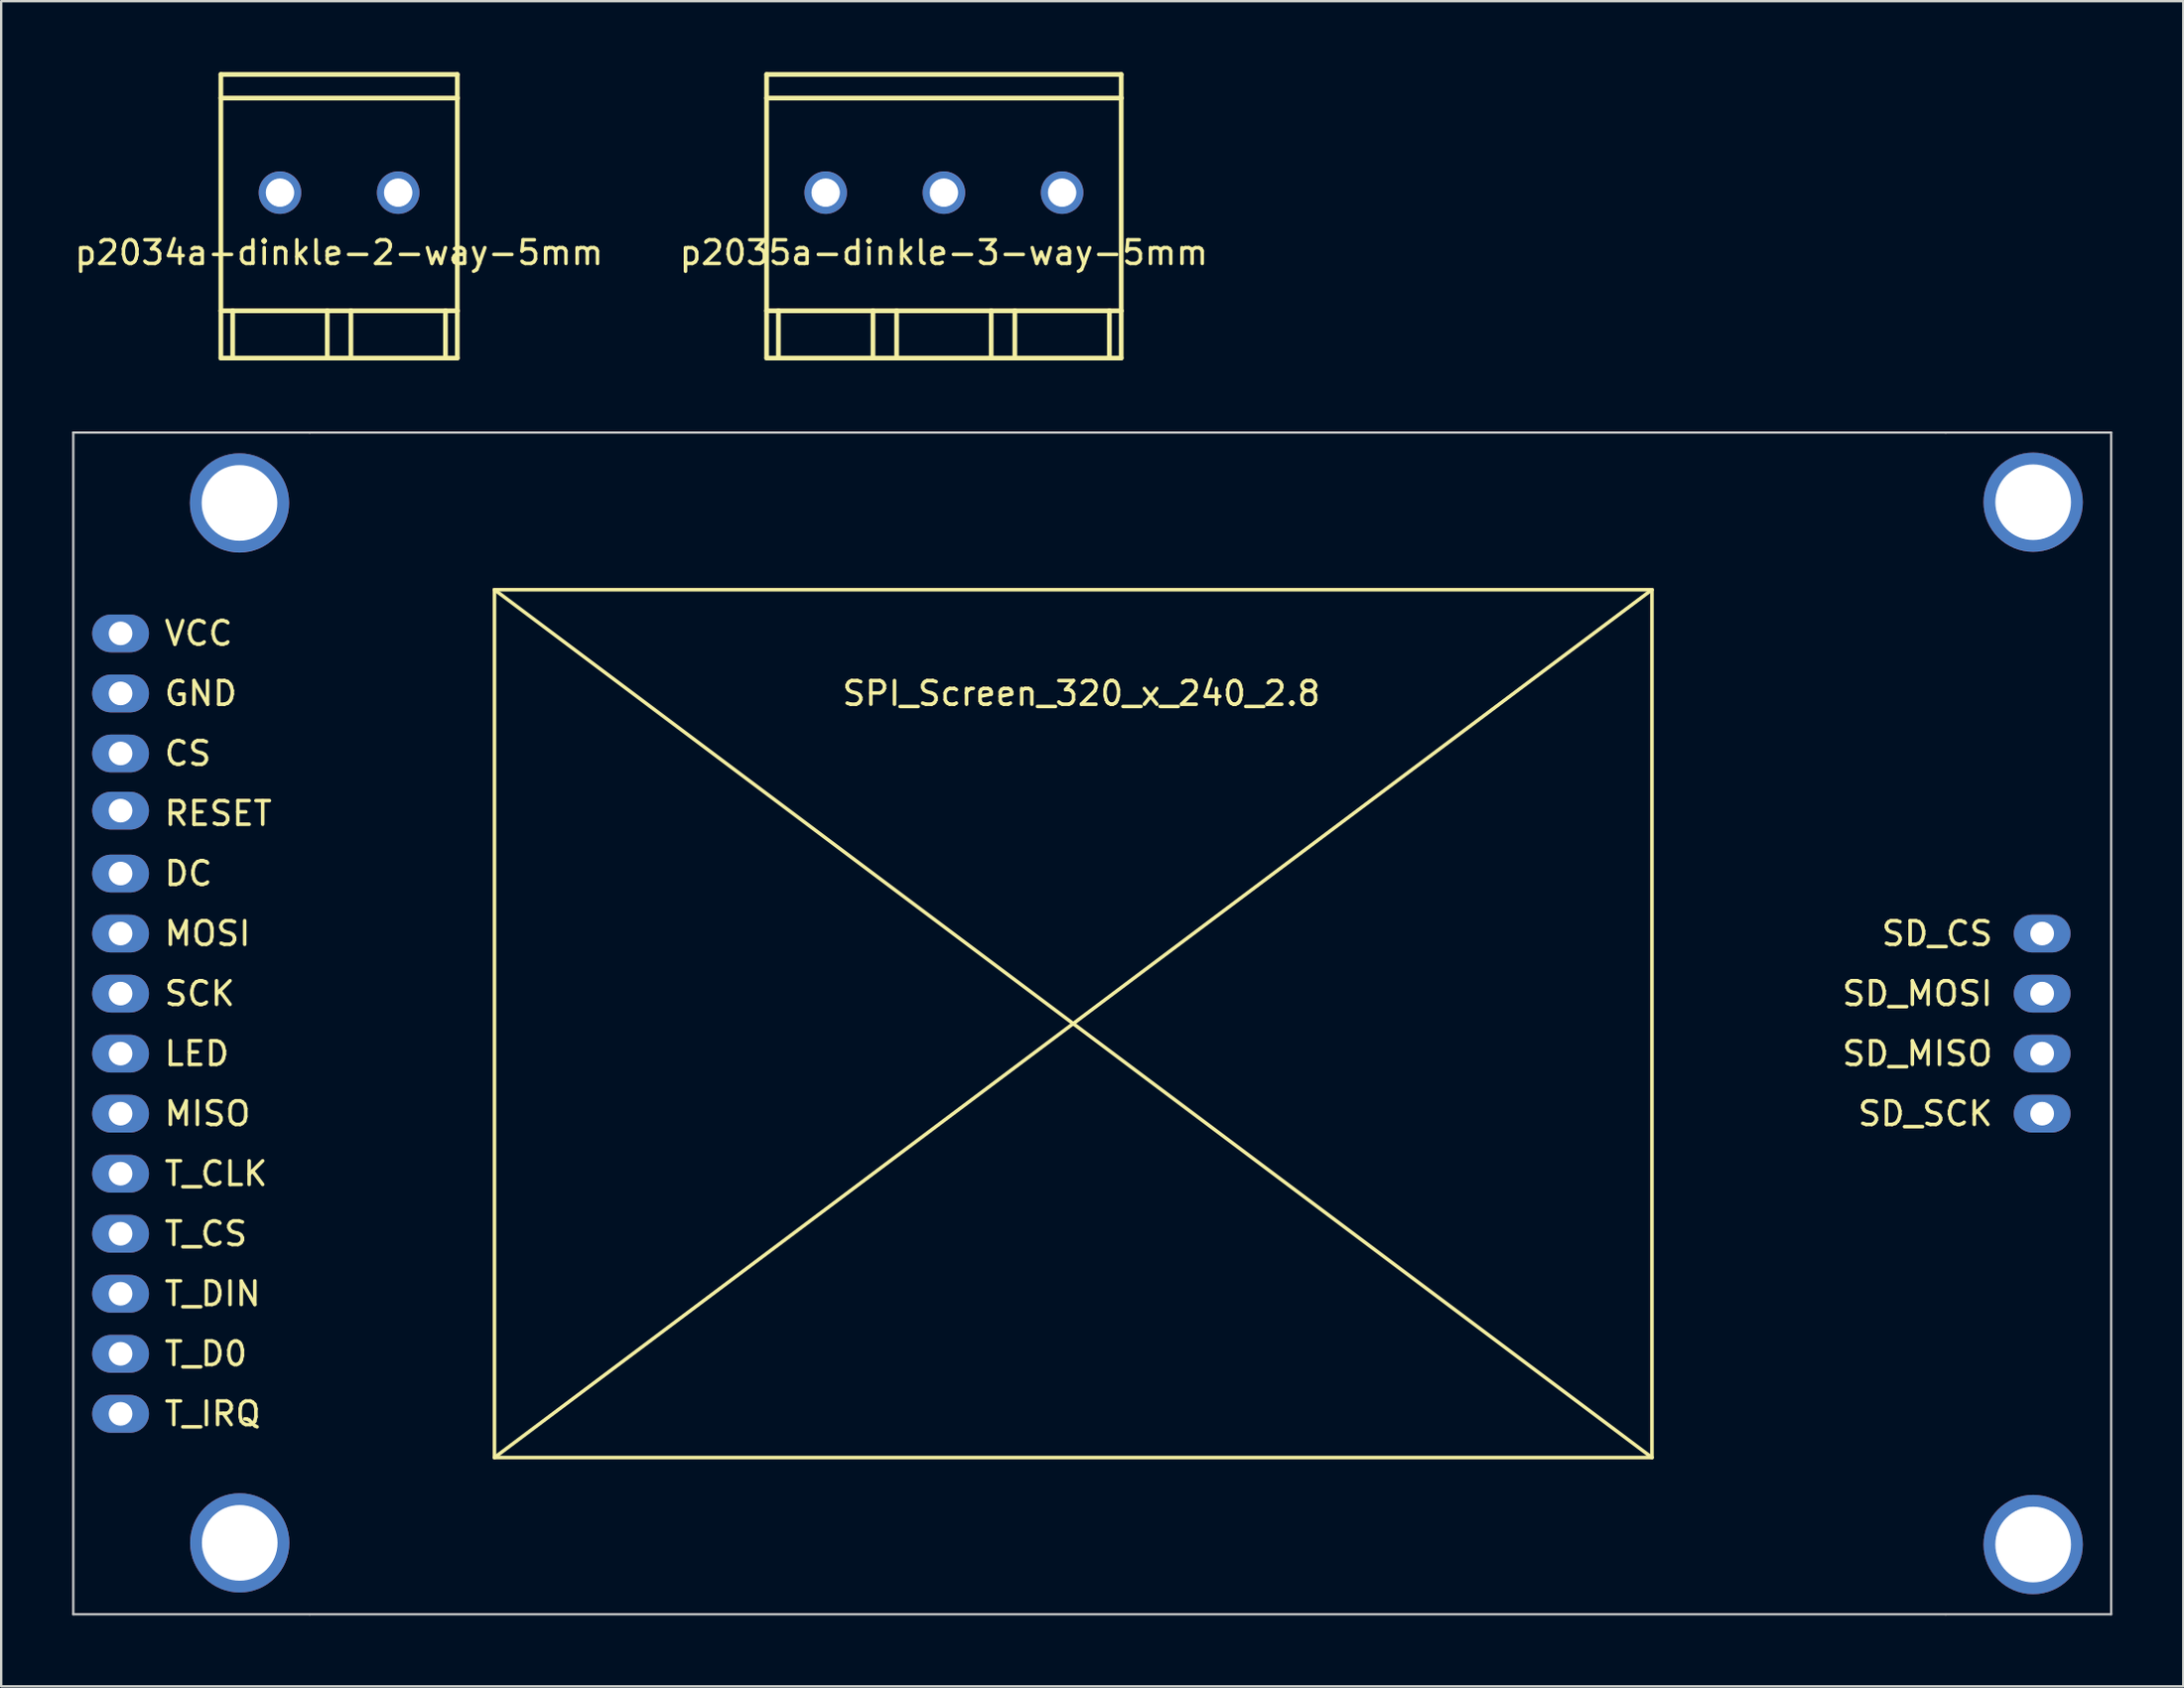
<source format=kicad_pcb>
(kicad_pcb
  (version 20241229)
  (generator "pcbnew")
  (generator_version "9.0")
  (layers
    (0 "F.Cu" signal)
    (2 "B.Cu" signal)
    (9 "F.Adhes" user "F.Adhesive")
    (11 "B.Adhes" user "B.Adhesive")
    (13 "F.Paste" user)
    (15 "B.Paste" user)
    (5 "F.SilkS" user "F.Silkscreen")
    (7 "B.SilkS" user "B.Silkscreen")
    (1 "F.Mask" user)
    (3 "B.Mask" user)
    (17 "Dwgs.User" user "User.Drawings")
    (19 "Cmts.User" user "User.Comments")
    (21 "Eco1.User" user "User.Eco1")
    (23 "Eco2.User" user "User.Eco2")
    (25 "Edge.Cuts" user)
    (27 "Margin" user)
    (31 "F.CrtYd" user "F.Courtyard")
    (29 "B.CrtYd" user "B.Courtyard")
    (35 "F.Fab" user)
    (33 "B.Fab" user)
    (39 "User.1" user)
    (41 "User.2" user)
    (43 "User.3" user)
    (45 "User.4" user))
  (footprint "p2035a-dinkle-3-way-5mm"
    (layer "F.Cu")
    (at 31.875 5.1)
    (property "Reference" "p2035a-dinkle-3-way-5mm" (at 5 2.54 0) (layer "F.SilkS") (effects (font (size 1 1) (thickness 0.15))))
    (attr through_hole)
    (fp_line (start -2.5 -5) (end -2.5 -4) (stroke (width 0.2) (type solid)) (layer "F.SilkS"))
    (fp_line (start -2.5 -4) (end -2.5 5) (stroke (width 0.2) (type solid)) (layer "F.SilkS"))
    (fp_line (start -2.5 -4) (end 12.5 -4) (stroke (width 0.2) (type solid)) (layer "F.SilkS"))
    (fp_line (start -2.5 5) (end -2 5) (stroke (width 0.2) (type solid)) (layer "F.SilkS"))
    (fp_line (start -2.5 7) (end -2.5 5) (stroke (width 0.2) (type solid)) (layer "F.SilkS"))
    (fp_line (start -2 5) (end 2 5) (stroke (width 0.2) (type solid)) (layer "F.SilkS"))
    (fp_line (start -2 7) (end -2.5 7) (stroke (width 0.2) (type solid)) (layer "F.SilkS"))
    (fp_line (start -2 7) (end -2 5) (stroke (width 0.2) (type solid)) (layer "F.SilkS"))
    (fp_line (start 2 5) (end 2 7) (stroke (width 0.2) (type solid)) (layer "F.SilkS"))
    (fp_line (start 2 5) (end 3 5) (stroke (width 0.2) (type solid)) (layer "F.SilkS"))
    (fp_line (start 2 7) (end -2 7) (stroke (width 0.2) (type solid)) (layer "F.SilkS"))
    (fp_line (start 3 5) (end 7 5) (stroke (width 0.2) (type solid)) (layer "F.SilkS"))
    (fp_line (start 3 7) (end 2 7) (stroke (width 0.2) (type solid)) (layer "F.SilkS"))
    (fp_line (start 3 7) (end 3 5) (stroke (width 0.2) (type solid)) (layer "F.SilkS"))
    (fp_line (start 7 5) (end 7 7) (stroke (width 0.2) (type solid)) (layer "F.SilkS"))
    (fp_line (start 7 5) (end 8 5) (stroke (width 0.2) (type solid)) (layer "F.SilkS"))
    (fp_line (start 7 7) (end 3 7) (stroke (width 0.2) (type solid)) (layer "F.SilkS"))
    (fp_line (start 8 5) (end 12 5) (stroke (width 0.2) (type solid)) (layer "F.SilkS"))
    (fp_line (start 8 7) (end 7 7) (stroke (width 0.2) (type solid)) (layer "F.SilkS"))
    (fp_line (start 8 7) (end 8 5) (stroke (width 0.2) (type solid)) (layer "F.SilkS"))
    (fp_line (start 12 5) (end 12 7) (stroke (width 0.2) (type solid)) (layer "F.SilkS"))
    (fp_line (start 12 5) (end 12.5 5) (stroke (width 0.2) (type solid)) (layer "F.SilkS"))
    (fp_line (start 12 7) (end 8 7) (stroke (width 0.2) (type solid)) (layer "F.SilkS"))
    (fp_line (start 12.5 -5) (end -2.5 -5) (stroke (width 0.2) (type solid)) (layer "F.SilkS"))
    (fp_line (start 12.5 -4) (end 12.5 -5) (stroke (width 0.2) (type solid)) (layer "F.SilkS"))
    (fp_line (start 12.5 5) (end 12.5 -4) (stroke (width 0.2) (type solid)) (layer "F.SilkS"))
    (fp_line (start 12.5 5) (end 12.5 7) (stroke (width 0.2) (type solid)) (layer "F.SilkS"))
    (fp_line (start 12.5 7) (end 12 7) (stroke (width 0.2) (type solid)) (layer "F.SilkS"))
    (pad "1" thru_hole circle (at 0 0) (size 1.8 1.8) (drill 1.2) (layers "*.Cu" "*.Mask"))
    (pad "2" thru_hole circle (at 5 0) (size 1.8 1.8) (drill 1.2) (layers "*.Cu" "*.Mask"))
    (pad "3" thru_hole circle (at 10 0) (size 1.8 1.8) (drill 1.2) (layers "*.Cu" "*.Mask")))
  (footprint "p2034a-dinkle-2-way-5mm"
    (layer "F.Cu")
    (at 8.792 5.1)
    (property "Reference" "p2034a-dinkle-2-way-5mm" (at 2.5 2.54 0) (layer "F.SilkS") (effects (font (size 1 1) (thickness 0.15))))
    (attr through_hole)
    (fp_line (start -2.5 -5) (end -2.5 -4) (stroke (width 0.2) (type solid)) (layer "F.SilkS"))
    (fp_line (start -2.5 -4) (end -2.5 5) (stroke (width 0.2) (type solid)) (layer "F.SilkS"))
    (fp_line (start -2.5 -4) (end 7.5 -4) (stroke (width 0.2) (type solid)) (layer "F.SilkS"))
    (fp_line (start -2.5 5) (end -2 5) (stroke (width 0.2) (type solid)) (layer "F.SilkS"))
    (fp_line (start -2.5 7) (end -2.5 5) (stroke (width 0.2) (type solid)) (layer "F.SilkS"))
    (fp_line (start -2 5) (end 2 5) (stroke (width 0.2) (type solid)) (layer "F.SilkS"))
    (fp_line (start -2 7) (end -2.5 7) (stroke (width 0.2) (type solid)) (layer "F.SilkS"))
    (fp_line (start -2 7) (end -2 5) (stroke (width 0.2) (type solid)) (layer "F.SilkS"))
    (fp_line (start 2 5) (end 2 7) (stroke (width 0.2) (type solid)) (layer "F.SilkS"))
    (fp_line (start 2 5) (end 3 5) (stroke (width 0.2) (type solid)) (layer "F.SilkS"))
    (fp_line (start 2 7) (end -2 7) (stroke (width 0.2) (type solid)) (layer "F.SilkS"))
    (fp_line (start 3 5) (end 7 5) (stroke (width 0.2) (type solid)) (layer "F.SilkS"))
    (fp_line (start 3 7) (end 2 7) (stroke (width 0.2) (type solid)) (layer "F.SilkS"))
    (fp_line (start 3 7) (end 3 5) (stroke (width 0.2) (type solid)) (layer "F.SilkS"))
    (fp_line (start 7 5) (end 7 7) (stroke (width 0.2) (type solid)) (layer "F.SilkS"))
    (fp_line (start 7 5) (end 7.5 5) (stroke (width 0.2) (type solid)) (layer "F.SilkS"))
    (fp_line (start 7 7) (end 3 7) (stroke (width 0.2) (type solid)) (layer "F.SilkS"))
    (fp_line (start 7.5 -5) (end -2.5 -5) (stroke (width 0.2) (type solid)) (layer "F.SilkS"))
    (fp_line (start 7.5 -4) (end 7.5 -5) (stroke (width 0.2) (type solid)) (layer "F.SilkS"))
    (fp_line (start 7.5 5) (end 7.5 -4) (stroke (width 0.2) (type solid)) (layer "F.SilkS"))
    (fp_line (start 7.5 5) (end 7.5 7) (stroke (width 0.2) (type solid)) (layer "F.SilkS"))
    (fp_line (start 7.5 7) (end 7 7) (stroke (width 0.2) (type solid)) (layer "F.SilkS"))
    (pad "1" thru_hole circle (at 0 0) (size 1.8 1.8) (drill 1.2) (layers "*.Cu" "*.Mask"))
    (pad "2" thru_hole circle (at 5 0) (size 1.8 1.8) (drill 1.2) (layers "*.Cu" "*.Mask")))
  (footprint "SPI_Screen_320_x_240_2.8"
    (layer "F.Cu")
    (at 50.19 40.26)
    (property "Reference" "SPI_Screen_320_x_240_2.8" (at -7.5 -13.97 180) (layer "F.SilkS") (effects (font (size 1 1) (thickness 0.15))))
    (attr through_hole)
    (fp_line (start -32.325 -18.36) (end 16.635 -18.36) (stroke (width 0.15) (type solid)) (layer "F.SilkS"))
    (fp_line (start -32.325 -18.36) (end 16.635 18.36) (stroke (width 0.15) (type solid)) (layer "F.SilkS"))
    (fp_line (start -32.325 18.36) (end -32.325 -18.36) (stroke (width 0.15) (type solid)) (layer "F.SilkS"))
    (fp_line (start 16.635 -18.36) (end -32.325 18.36) (stroke (width 0.15) (type solid)) (layer "F.SilkS"))
    (fp_line (start 16.635 -18.36) (end 16.635 18.36) (stroke (width 0.15) (type solid)) (layer "F.SilkS"))
    (fp_line (start 16.635 18.36) (end -32.325 18.36) (stroke (width 0.15) (type solid)) (layer "F.SilkS"))
    (fp_line (start -50.14 -25.01) (end -50.14 24.99) (stroke (width 0.1) (type solid)) (layer "Dwgs.User"))
    (fp_line (start -50.14 24.99) (end -40.14 24.99) (stroke (width 0.1) (type solid)) (layer "Dwgs.User"))
    (fp_line (start -40.14 -25.01) (end -50.14 -25.01) (stroke (width 0.1) (type solid)) (layer "Dwgs.User"))
    (fp_line (start -40.14 24.99) (end 29.06 24.99) (stroke (width 0.1) (type solid)) (layer "Dwgs.User"))
    (fp_line (start 29.06 -25.01) (end -40.14 -25.01) (stroke (width 0.1) (type solid)) (layer "Dwgs.User"))
    (fp_line (start 29.06 24.99) (end 36.06 24.99) (stroke (width 0.1) (type solid)) (layer "Dwgs.User"))
    (fp_line (start 36.06 -25.01) (end 29.06 -25.01) (stroke (width 0.1) (type solid)) (layer "Dwgs.User"))
    (fp_line (start 36.06 24.99) (end 36.06 -25.01) (stroke (width 0.1) (type solid)) (layer "Dwgs.User"))
    (fp_circle (center -43.14 -22.01) (end -44.74 -22.01) (stroke (width 0.1) (type solid)) (fill no) (layer "Eco1.User"))
    (fp_circle (center -43.14 21.99) (end -44.74 21.99) (stroke (width 0.1) (type solid)) (fill no) (layer "Eco1.User"))
    (fp_circle (center 32.76 -22.01) (end 31.16 -22.01) (stroke (width 0.1) (type solid)) (fill no) (layer "Eco1.User"))
    (fp_circle (center 32.76 21.99) (end 31.16 21.99) (stroke (width 0.1) (type solid)) (fill no) (layer "Eco1.User"))
    (fp_text user "SD_CS" (at 31.13 -3.81 0) (layer "F.SilkS") (effects (font (size 1 1) (thickness 0.15)) (justify right)))
    (fp_text user "SD_MOSI" (at 31.13 -1.27 0) (layer "F.SilkS") (effects (font (size 1 1) (thickness 0.15)) (justify right)))
    (fp_text user "MOSI" (at -46.37 -3.81 0) (layer "F.SilkS") (effects (font (size 1 1) (thickness 0.15)) (justify left)))
    (fp_text user "SCK" (at -46.37 -1.27 0) (layer "F.SilkS") (effects (font (size 1 1) (thickness 0.15)) (justify left)))
    (fp_text user "SD_SCK" (at 31.13 3.81 0) (layer "F.SilkS") (effects (font (size 1 1) (thickness 0.15)) (justify right)))
    (fp_text user "T_CLK" (at -46.37 6.35 0) (layer "F.SilkS") (effects (font (size 1 1) (thickness 0.15)) (justify left)))
    (fp_text user "DC" (at -46.37 -6.35 0) (layer "F.SilkS") (effects (font (size 1 1) (thickness 0.15)) (justify left)))
    (fp_text user "T_CS" (at -46.37 8.89 0) (layer "F.SilkS") (effects (font (size 1 1) (thickness 0.15)) (justify left)))
    (fp_text user "MISO" (at -46.37 3.81 0) (layer "F.SilkS") (effects (font (size 1 1) (thickness 0.15)) (justify left)))
    (fp_text user "T_DIN" (at -46.37 11.43 0) (layer "F.SilkS") (effects (font (size 1 1) (thickness 0.15)) (justify left)))
    (fp_text user "T_D0" (at -46.37 13.97 0) (layer "F.SilkS") (effects (font (size 1 1) (thickness 0.15)) (justify left)))
    (fp_text user "RESET" (at -46.37 -8.89 0) (layer "F.SilkS") (effects (font (size 1 1) (thickness 0.15)) (justify left)))
    (fp_text user "GND" (at -46.37 -13.97 0) (layer "F.SilkS") (effects (font (size 1 1) (thickness 0.15)) (justify left)))
    (fp_text user "CS" (at -46.37 -11.43 0) (layer "F.SilkS") (effects (font (size 1 1) (thickness 0.15)) (justify left)))
    (fp_text user "SD_MISO" (at 31.13 1.27 0) (layer "F.SilkS") (effects (font (size 1 1) (thickness 0.15)) (justify right)))
    (fp_text user "LED" (at -46.37 1.27 0) (layer "F.SilkS") (effects (font (size 1 1) (thickness 0.15)) (justify left)))
    (fp_text user "VCC" (at -46.37 -16.51 0) (layer "F.SilkS") (effects (font (size 1 1) (thickness 0.15)) (justify left)))
    (fp_text user "T_IRQ" (at -46.37 16.51 0) (layer "F.SilkS") (effects (font (size 1 1) (thickness 0.15)) (justify left)))
    (pad "" np_thru_hole circle (at -43.11 -22.03) (size 4.2 4.2) (drill 3.2) (layers "*.Cu" "*.Mask"))
    (pad "" np_thru_hole circle (at -43.1 21.97) (size 4.2 4.2) (drill 3.2) (layers "*.Cu" "*.Mask"))
    (pad "" np_thru_hole circle (at 32.76 -22.06) (size 4.2 4.2) (drill 3.2) (layers "*.Cu" "*.Mask"))
    (pad "" np_thru_hole circle (at 32.76 22.04) (size 4.2 4.2) (drill 3.2) (layers "*.Cu" "*.Mask"))
    (pad "1" thru_hole oval (at -48.14 -16.51) (size 2.4 1.6) (drill 1) (layers "*.Cu" "*.Mask"))
    (pad "2" thru_hole oval (at -48.14 -13.97) (size 2.4 1.6) (drill 1) (layers "*.Cu" "*.Mask"))
    (pad "3" thru_hole oval (at -48.14 -11.43) (size 2.4 1.6) (drill 1) (layers "*.Cu" "*.Mask"))
    (pad "4" thru_hole oval (at -48.14 -9.01) (size 2.4 1.6) (drill 1) (layers "*.Cu" "*.Mask"))
    (pad "5" thru_hole oval (at -48.14 -6.35) (size 2.4 1.6) (drill 1) (layers "*.Cu" "*.Mask"))
    (pad "6" thru_hole oval (at -48.14 -3.81) (size 2.4 1.6) (drill 1) (layers "*.Cu" "*.Mask"))
    (pad "7" thru_hole oval (at -48.14 -1.27) (size 2.4 1.6) (drill 1) (layers "*.Cu" "*.Mask"))
    (pad "8" thru_hole oval (at -48.14 1.27) (size 2.4 1.6) (drill 1) (layers "*.Cu" "*.Mask"))
    (pad "9" thru_hole oval (at -48.14 3.81) (size 2.4 1.6) (drill 1) (layers "*.Cu" "*.Mask"))
    (pad "10" thru_hole oval (at -48.14 6.35) (size 2.4 1.6) (drill 1) (layers "*.Cu" "*.Mask"))
    (pad "11" thru_hole oval (at -48.14 8.89) (size 2.4 1.6) (drill 1) (layers "*.Cu" "*.Mask"))
    (pad "12" thru_hole oval (at -48.14 11.43) (size 2.4 1.6) (drill 1) (layers "*.Cu" "*.Mask"))
    (pad "13" thru_hole oval (at -48.14 13.97) (size 2.4 1.6) (drill 1) (layers "*.Cu" "*.Mask"))
    (pad "14" thru_hole oval (at -48.14 16.51) (size 2.4 1.6) (drill 1) (layers "*.Cu" "*.Mask"))
    (pad "15" thru_hole oval (at 33.14 -3.81) (size 2.4 1.6) (drill 1) (layers "*.Cu" "*.Mask"))
    (pad "16" thru_hole oval (at 33.14 -1.27) (size 2.4 1.6) (drill 1) (layers "*.Cu" "*.Mask"))
    (pad "17" thru_hole oval (at 33.14 1.27) (size 2.4 1.6) (drill 1) (layers "*.Cu" "*.Mask"))
    (pad "18" thru_hole oval (at 33.14 3.81) (size 2.4 1.6) (drill 1) (layers "*.Cu" "*.Mask")))
  (gr_rect
    (start -3 -3)
    (end 89.3 68.3)
    (stroke (width 0.1) (type default))
    (fill no)
    (layer "Edge.Cuts")))
</source>
